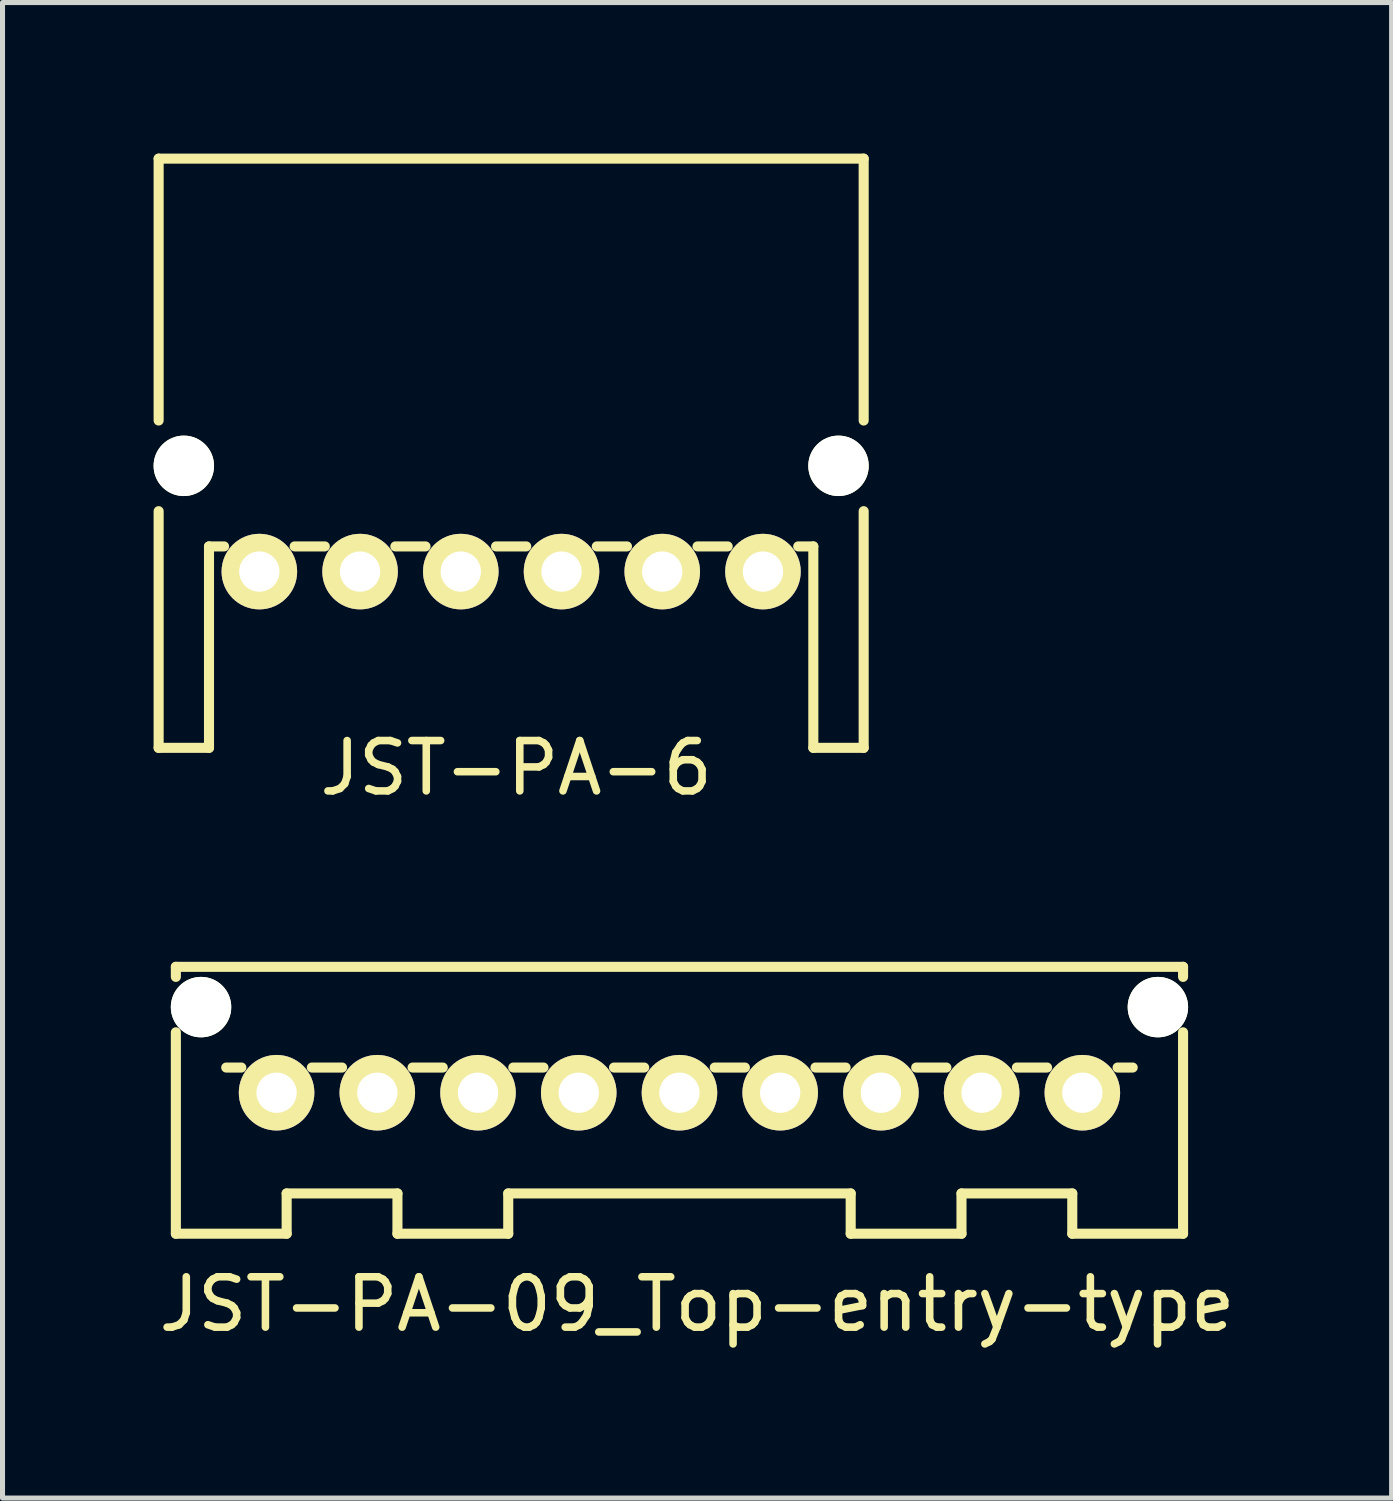
<source format=kicad_pcb>
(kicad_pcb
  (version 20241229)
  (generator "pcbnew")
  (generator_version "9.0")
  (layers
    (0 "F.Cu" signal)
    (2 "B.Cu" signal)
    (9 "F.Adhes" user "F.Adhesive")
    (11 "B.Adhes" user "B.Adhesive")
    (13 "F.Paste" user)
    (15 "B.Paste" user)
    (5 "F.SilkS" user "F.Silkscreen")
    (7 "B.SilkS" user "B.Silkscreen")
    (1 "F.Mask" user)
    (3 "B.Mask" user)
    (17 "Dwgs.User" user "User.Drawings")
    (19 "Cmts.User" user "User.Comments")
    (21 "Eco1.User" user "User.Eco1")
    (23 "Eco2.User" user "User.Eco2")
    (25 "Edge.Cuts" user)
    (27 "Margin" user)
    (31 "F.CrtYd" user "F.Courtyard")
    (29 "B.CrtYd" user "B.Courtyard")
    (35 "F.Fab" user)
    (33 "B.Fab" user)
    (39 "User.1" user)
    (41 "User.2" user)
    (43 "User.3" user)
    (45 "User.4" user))
  (footprint "JST-PA-6"
    (layer "F.Cu")
    (at 7.1 8.3)
    (property "Reference" "JST-PA-6" (at 0.1 3.9 0) (layer "F.SilkS") (effects (font (size 1 1) (thickness 0.15))))
    (attr through_hole)
    (fp_line (start -7 -8.2) (end -7 -3) (stroke (width 0.2) (type solid)) (layer "F.SilkS"))
    (fp_line (start -7 -1.2) (end -7 3.5) (stroke (width 0.2) (type solid)) (layer "F.SilkS"))
    (fp_line (start -7 3.5) (end -6 3.5) (stroke (width 0.2) (type solid)) (layer "F.SilkS"))
    (fp_line (start -6 -0.5) (end -5.7 -0.5) (stroke (width 0.2) (type solid)) (layer "F.SilkS"))
    (fp_line (start -6 3.5) (end -6 -0.5) (stroke (width 0.2) (type solid)) (layer "F.SilkS"))
    (fp_line (start -3.7 -0.5) (end -4.3 -0.5) (stroke (width 0.2) (type solid)) (layer "F.SilkS"))
    (fp_line (start -1.7 -0.5) (end -2.3 -0.5) (stroke (width 0.2) (type solid)) (layer "F.SilkS"))
    (fp_line (start 0.3 -0.5) (end -0.3 -0.5) (stroke (width 0.2) (type solid)) (layer "F.SilkS"))
    (fp_line (start 2.3 -0.5) (end 1.7 -0.5) (stroke (width 0.2) (type solid)) (layer "F.SilkS"))
    (fp_line (start 4.3 -0.5) (end 3.7 -0.5) (stroke (width 0.2) (type solid)) (layer "F.SilkS"))
    (fp_line (start 6 -0.5) (end 5.7 -0.5) (stroke (width 0.2) (type solid)) (layer "F.SilkS"))
    (fp_line (start 6 3.5) (end 6 -0.5) (stroke (width 0.2) (type solid)) (layer "F.SilkS"))
    (fp_line (start 7 -8.2) (end -7 -8.2) (stroke (width 0.2) (type solid)) (layer "F.SilkS"))
    (fp_line (start 7 -3) (end 7 -8.2) (stroke (width 0.2) (type solid)) (layer "F.SilkS"))
    (fp_line (start 7 3.5) (end 6 3.5) (stroke (width 0.2) (type solid)) (layer "F.SilkS"))
    (fp_line (start 7 3.5) (end 7 -1.2) (stroke (width 0.2) (type solid)) (layer "F.SilkS"))
    (pad "" np_thru_hole circle (at -6.5 -2.1) (size 1.2 1.2) (drill 1.2) (layers "*.Cu" "*.Mask" "F.SilkS"))
    (pad "" np_thru_hole circle (at 6.5 -2.1) (size 1.2 1.2) (drill 1.2) (layers "*.Cu" "*.Mask" "F.SilkS"))
    (pad "1" thru_hole circle (at -5 0) (size 1.5 1.5) (drill 0.8) (layers "*.Cu" "*.Mask" "F.SilkS"))
    (pad "2" thru_hole circle (at -3 0) (size 1.5 1.5) (drill 0.8) (layers "*.Cu" "*.Mask" "F.SilkS"))
    (pad "3" thru_hole circle (at -1 0) (size 1.5 1.5) (drill 0.8) (layers "*.Cu" "*.Mask" "F.SilkS"))
    (pad "4" thru_hole circle (at 1 0) (size 1.5 1.5) (drill 0.8) (layers "*.Cu" "*.Mask" "F.SilkS"))
    (pad "5" thru_hole circle (at 3 0) (size 1.5 1.5) (drill 0.8) (layers "*.Cu" "*.Mask" "F.SilkS"))
    (pad "6" thru_hole circle (at 5 0) (size 1.5 1.5) (drill 0.8) (layers "*.Cu" "*.Mask" "F.SilkS")))
  (footprint "JST-PA-09_Top-entry-type"
    (layer "F.Cu")
    (at 10.442 18.648)
    (property "Reference" "JST-PA-09_Top-entry-type" (at 0.35 4.2 0) (layer "F.SilkS") (effects (font (size 1 1) (thickness 0.15))))
    (attr through_hole)
    (fp_line (start -10 -2.5) (end -10 -2.3) (stroke (width 0.2) (type solid)) (layer "F.SilkS"))
    (fp_line (start -10 -1.2) (end -10 2.8) (stroke (width 0.2) (type solid)) (layer "F.SilkS"))
    (fp_line (start -9 -0.5) (end -8.7 -0.5) (stroke (width 0.2) (type solid)) (layer "F.SilkS"))
    (fp_line (start -7.8 2) (end -7.8 2.8) (stroke (width 0.2) (type solid)) (layer "F.SilkS"))
    (fp_line (start -7.8 2.8) (end -10 2.8) (stroke (width 0.2) (type solid)) (layer "F.SilkS"))
    (fp_line (start -6.7 -0.5) (end -7.3 -0.5) (stroke (width 0.2) (type solid)) (layer "F.SilkS"))
    (fp_line (start -5.6 2) (end -7.8 2) (stroke (width 0.2) (type solid)) (layer "F.SilkS"))
    (fp_line (start -5.6 2.8) (end -5.6 2) (stroke (width 0.2) (type solid)) (layer "F.SilkS"))
    (fp_line (start -4.7 -0.5) (end -5.3 -0.5) (stroke (width 0.2) (type solid)) (layer "F.SilkS"))
    (fp_line (start -3.4 2) (end 3.4 2) (stroke (width 0.2) (type solid)) (layer "F.SilkS"))
    (fp_line (start -3.4 2.8) (end -5.6 2.8) (stroke (width 0.2) (type solid)) (layer "F.SilkS"))
    (fp_line (start -3.4 2.8) (end -3.4 2) (stroke (width 0.2) (type solid)) (layer "F.SilkS"))
    (fp_line (start -2.7 -0.5) (end -3.3 -0.5) (stroke (width 0.2) (type solid)) (layer "F.SilkS"))
    (fp_line (start -0.7 -0.5) (end -1.3 -0.5) (stroke (width 0.2) (type solid)) (layer "F.SilkS"))
    (fp_line (start 1.3 -0.5) (end 0.7 -0.5) (stroke (width 0.2) (type solid)) (layer "F.SilkS"))
    (fp_line (start 3.3 -0.5) (end 2.7 -0.5) (stroke (width 0.2) (type solid)) (layer "F.SilkS"))
    (fp_line (start 3.4 2.8) (end 3.4 2) (stroke (width 0.2) (type solid)) (layer "F.SilkS"))
    (fp_line (start 5.3 -0.5) (end 4.7 -0.5) (stroke (width 0.2) (type solid)) (layer "F.SilkS"))
    (fp_line (start 5.6 2) (end 5.6 2.8) (stroke (width 0.2) (type solid)) (layer "F.SilkS"))
    (fp_line (start 5.6 2.8) (end 3.4 2.8) (stroke (width 0.2) (type solid)) (layer "F.SilkS"))
    (fp_line (start 7.3 -0.5) (end 6.7 -0.5) (stroke (width 0.2) (type solid)) (layer "F.SilkS"))
    (fp_line (start 7.8 2) (end 5.6 2) (stroke (width 0.2) (type solid)) (layer "F.SilkS"))
    (fp_line (start 7.8 2.8) (end 7.8 2) (stroke (width 0.2) (type solid)) (layer "F.SilkS"))
    (fp_line (start 9 -0.5) (end 8.7 -0.5) (stroke (width 0.2) (type solid)) (layer "F.SilkS"))
    (fp_line (start 10 -2.5) (end -10 -2.5) (stroke (width 0.2) (type solid)) (layer "F.SilkS"))
    (fp_line (start 10 -2.5) (end 10 -2.3) (stroke (width 0.2) (type solid)) (layer "F.SilkS"))
    (fp_line (start 10 2.8) (end 7.8 2.8) (stroke (width 0.2) (type solid)) (layer "F.SilkS"))
    (fp_line (start 10 2.8) (end 10 -1.2) (stroke (width 0.2) (type solid)) (layer "F.SilkS"))
    (pad "" np_thru_hole circle (at -9.5 -1.7) (size 1.2 1.2) (drill 1.2) (layers "*.Cu" "*.Mask" "F.SilkS"))
    (pad "" np_thru_hole circle (at 9.5 -1.7) (size 1.2 1.2) (drill 1.2) (layers "*.Cu" "*.Mask" "F.SilkS"))
    (pad "1" thru_hole circle (at -8 0) (size 1.5 1.5) (drill 0.8) (layers "*.Cu" "*.Mask" "F.SilkS"))
    (pad "2" thru_hole circle (at -6 0) (size 1.5 1.5) (drill 0.8) (layers "*.Cu" "*.Mask" "F.SilkS"))
    (pad "3" thru_hole circle (at -4 0) (size 1.5 1.5) (drill 0.8) (layers "*.Cu" "*.Mask" "F.SilkS"))
    (pad "4" thru_hole circle (at -2 0) (size 1.5 1.5) (drill 0.8) (layers "*.Cu" "*.Mask" "F.SilkS"))
    (pad "5" thru_hole circle (at 0 0) (size 1.5 1.5) (drill 0.8) (layers "*.Cu" "*.Mask" "F.SilkS"))
    (pad "6" thru_hole circle (at 2 0) (size 1.5 1.5) (drill 0.8) (layers "*.Cu" "*.Mask" "F.SilkS"))
    (pad "7" thru_hole circle (at 4 0) (size 1.5 1.5) (drill 0.8) (layers "*.Cu" "*.Mask" "F.SilkS"))
    (pad "8" thru_hole circle (at 6 0) (size 1.5 1.5) (drill 0.8) (layers "*.Cu" "*.Mask" "F.SilkS"))
    (pad "9" thru_hole circle (at 8 0) (size 1.5 1.5) (drill 0.8) (layers "*.Cu" "*.Mask" "F.SilkS")))
  (gr_rect
    (start -3 -3)
    (end 24.583 26.697)
    (stroke (width 0.1) (type default))
    (fill no)
    (layer "Edge.Cuts")))
</source>
